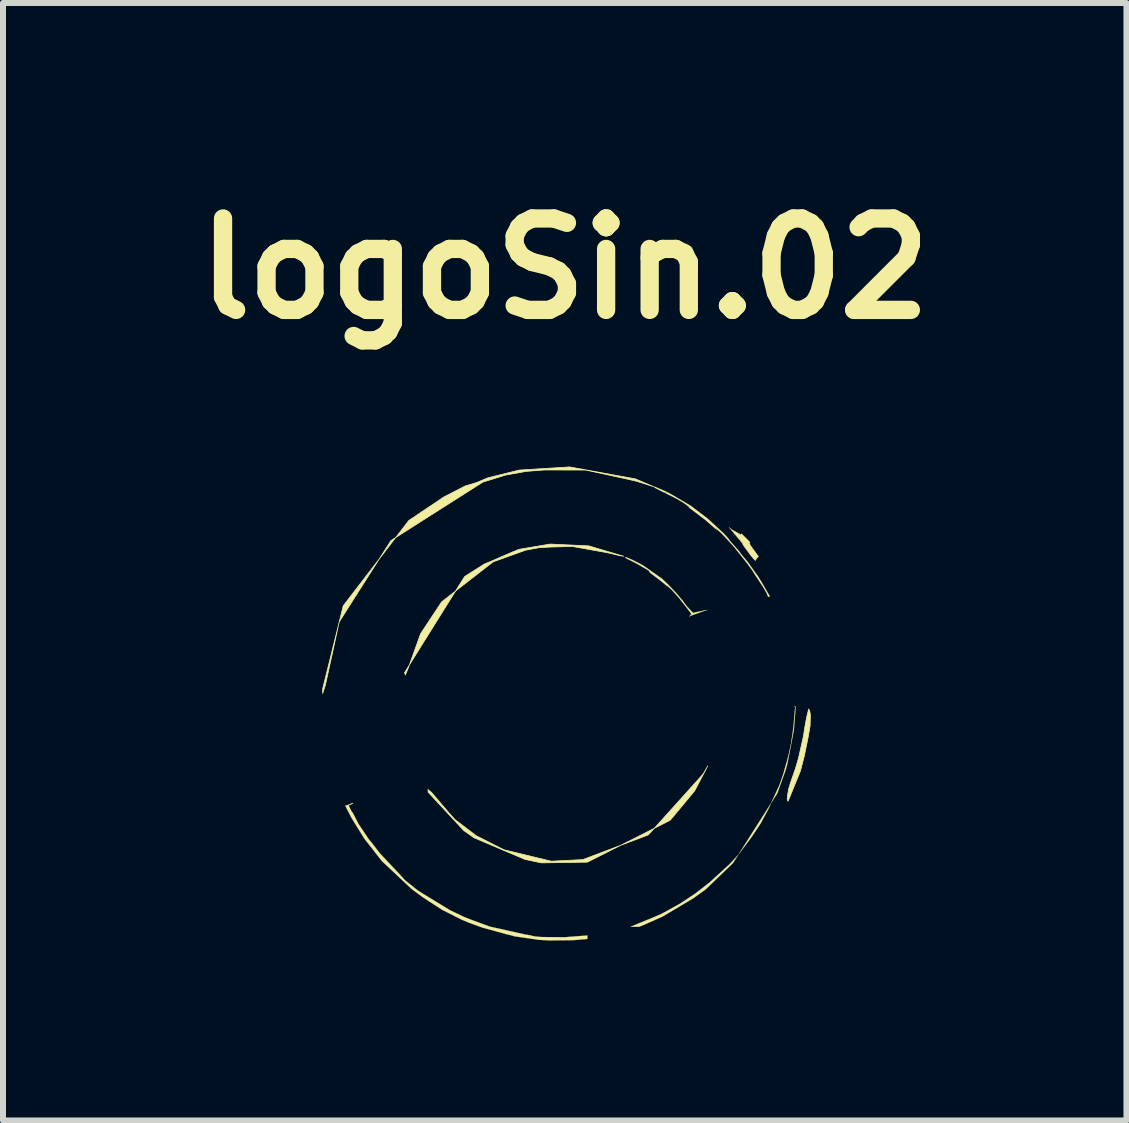
<source format=kicad_pcb>
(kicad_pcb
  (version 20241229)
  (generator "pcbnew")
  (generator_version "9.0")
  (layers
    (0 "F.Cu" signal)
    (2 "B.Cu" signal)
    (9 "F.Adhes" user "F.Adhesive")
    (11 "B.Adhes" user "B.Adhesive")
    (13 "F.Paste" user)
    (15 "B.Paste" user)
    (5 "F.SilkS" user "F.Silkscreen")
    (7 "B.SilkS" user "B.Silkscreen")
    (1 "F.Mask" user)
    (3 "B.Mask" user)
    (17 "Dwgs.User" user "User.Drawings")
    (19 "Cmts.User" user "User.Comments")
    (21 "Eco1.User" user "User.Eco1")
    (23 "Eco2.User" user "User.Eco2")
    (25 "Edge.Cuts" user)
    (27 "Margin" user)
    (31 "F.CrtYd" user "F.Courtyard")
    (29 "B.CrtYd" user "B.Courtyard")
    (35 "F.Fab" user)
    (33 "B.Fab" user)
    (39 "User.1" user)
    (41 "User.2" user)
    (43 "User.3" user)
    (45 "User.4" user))
  (footprint "logoSin.02"
    (layer "F.Cu")
    (at 6.365 8.706)
    (property "Reference" "logoSin.02" (at 0 -7.279 0) (layer "F.SilkS") (effects (font (size 1.524 1.524) (thickness 0.305))))
    (attr smd)
    (fp_poly (pts (xy 1.614 -3.566) (xy 1.51 -3.619) (xy 1.492 -3.631) (xy 1.5 -3.638) (xy 1.502 -3.643) (xy 1.65 -3.579) (xy 1.691 -3.562) (xy 1.709 -3.553) (xy 1.675 -3.552) (xy 1.641 -3.551) (xy 1.614 -3.566)) (stroke (width 0.002) (type solid)) (fill yes) (layer "F.SilkS"))
    (fp_poly (pts (xy 3.722 1.603) (xy 3.708 1.567) (xy 3.714 1.505) (xy 3.731 1.4) (xy 3.772 1.268) (xy 3.845 1.058) (xy 3.896 0.885) (xy 3.979 0.517) (xy 3.997 0.394) (xy 4.032 0.203) (xy 4.066 0.063) (xy 4.083 0.093) (xy 4.095 0.161) (xy 4.09 0.345) (xy 4.054 0.553) (xy 3.994 0.845) (xy 3.929 1.096) (xy 3.722 1.603) (xy 3.722 1.603)) (stroke (width 0.012) (type solid)) (fill yes) (layer "F.SilkS"))
    (fp_poly (pts (xy -0.389 2.629) (xy -0.664 2.571) (xy -1.513 2.21) (xy -1.683 2.091) (xy -2.276 1.452) (xy -2.281 1.406) (xy -2.224 1.451) (xy -1.933 1.792) (xy -1.827 1.91) (xy -1.475 2.177) (xy -1.013 2.411) (xy -0.225 2.601) (xy 0.301 2.574) (xy 1.394 2.162) (xy 2.307 1.147) (xy 2.384 1.012) (xy 2.165 1.429) (xy 1.758 1.918) (xy 0.377 2.617) (xy -0.389 2.629) (xy -0.389 2.629)) (stroke (width 0.012) (type solid)) (fill yes) (layer "F.SilkS"))
    (fp_poly (pts (xy -2.67 -0.543) (xy -1.669 -2.145) (xy -1.341 -2.353) (xy -1.224 -2.401) (xy -1.022 -2.489) (xy -0.875 -2.552) (xy -0.763 -2.598) (xy -0.243 -2.686) (xy 0.4 -2.656) (xy 0.985 -2.482) (xy 0.911 -2.494) (xy 0.815 -2.518) (xy 0.688 -2.546) (xy 0.126 -2.646) (xy -0.243 -2.636) (xy -0.432 -2.625) (xy -0.657 -2.583) (xy -0.708 -2.564) (xy -1.194 -2.39) (xy -2.053 -1.722) (xy -2.404 -1.19) (xy -2.605 -0.629) (xy -2.657 -0.502) (xy -2.67 -0.543)) (stroke (width 0.012) (type solid)) (fill yes) (layer "F.SilkS"))
    (fp_poly (pts (xy 3.142 -2.443) (xy 3.096 -2.5) (xy 3.031 -2.588) (xy 2.976 -2.663) (xy 2.966 -2.683) (xy 2.959 -2.701) (xy 2.804 -2.887) (xy 2.736 -2.967) (xy 2.777 -2.932) (xy 2.932 -2.845) (xy 2.946 -2.859) (xy 3.01 -2.797) (xy 3.083 -2.723) (xy 3.092 -2.711) (xy 3.079 -2.713) (xy 3.092 -2.672) (xy 3.153 -2.587) (xy 3.212 -2.506) (xy 3.236 -2.477) (xy 3.226 -2.475) (xy 3.181 -2.419) (xy 3.181 -2.405) (xy 3.142 -2.443) (xy 3.142 -2.443)) (stroke (width 0.004) (type solid)) (fill yes) (layer "F.SilkS"))
    (fp_poly (pts (xy -4.037 -0.269) (xy -3.693 -1.657) (xy -2.599 -3.08) (xy -2.01 -3.475) (xy -1.646 -3.661) (xy -1.637 -3.661) (xy -1.471 -3.711) (xy -1.283 -3.79) (xy -0.757 -3.92) (xy 0.08 -3.972) (xy 1.177 -3.773) (xy 1.495 -3.637) (xy 1.363 -3.681) (xy 1.195 -3.733) (xy 1.055 -3.766) (xy 0.348 -3.92) (xy -0.342 -3.921) (xy -0.646 -3.897) (xy -0.996 -3.834) (xy -1.073 -3.809) (xy -1.365 -3.719) (xy -2.898 -2.744) (xy -3.76 -1.389) (xy -3.99 -0.337) (xy -4.035 -0.196) (xy -4.037 -0.269) (xy -4.037 -0.269)) (stroke (width 0.012) (type solid)) (fill yes) (layer "F.SilkS"))
    (fp_poly (pts (xy 2.092 -1.498) (xy 2.112 -1.518) (xy 2.1 -1.537) (xy 2.061 -1.588) (xy 1.91 -1.781) (xy 1.844 -1.856) (xy 1.777 -1.929) (xy 1.699 -1.997) (xy 1.706 -1.986) (xy 1.591 -2.08) (xy 1.422 -2.208) (xy 1.411 -2.224) (xy 1.402 -2.242) (xy 1.204 -2.358) (xy 1.077 -2.422) (xy 1.028 -2.446) (xy 1.009 -2.462) (xy 1.014 -2.47) (xy 1.06 -2.451) (xy 1.121 -2.425) (xy 1.243 -2.364) (xy 1.32 -2.32) (xy 1.624 -2.106) (xy 1.709 -2.026) (xy 1.864 -1.864) (xy 1.915 -1.801) (xy 1.967 -1.741) (xy 1.995 -1.701) (xy 2.04 -1.642) (xy 2.067 -1.615) (xy 2.105 -1.574) (xy 2.141 -1.536) (xy 2.166 -1.545) (xy 2.375 -1.589) (xy 2.314 -1.568) (xy 2.112 -1.496) (xy 2.076 -1.479) (xy 2.092 -1.498) (xy 2.092 -1.498)) (stroke (width 0.004) (type solid)) (fill yes) (layer "F.SilkS"))
    (fp_poly (pts (xy 1.095 3.693) (xy 1.127 3.681) (xy 1.375 3.579) (xy 1.406 3.568) (xy 1.615 3.478) (xy 1.714 3.424) (xy 1.915 3.312) (xy 1.987 3.265) (xy 2.187 3.132) (xy 2.418 2.951) (xy 2.723 2.673) (xy 2.753 2.645) (xy 2.882 2.506) (xy 2.932 2.441) (xy 3.077 2.249) (xy 3.125 2.183) (xy 3.269 1.965) (xy 3.394 1.733) (xy 3.581 1.327) (xy 3.642 1.15) (xy 3.706 0.923) (xy 3.736 0.808) (xy 3.771 0.646) (xy 3.802 0.44) (xy 3.815 0.327) (xy 3.839 0.053) (xy 3.841 0.026) (xy 3.831 0.026) (xy 3.821 0.025) (xy 3.829 0.023) (xy 3.846 0.021) (xy 3.848 0.023) (xy 3.843 0.121) (xy 3.819 0.419) (xy 3.711 0.976) (xy 3.68 1.09) (xy 3.543 1.47) (xy 2.805 2.632) (xy 2.349 3.071) (xy 2.138 3.222) (xy 1.63 3.524) (xy 1.292 3.674) (xy 1.237 3.695) (xy 1.165 3.695) (xy 1.095 3.693) (xy 1.095 3.693)) (stroke (width 0.003) (type solid)) (fill yes) (layer "F.SilkS"))
    (fp_poly (pts (xy 3.381 -1.826) (xy 3.365 -1.868) (xy 3.312 -1.96) (xy 3.241 -2.069) (xy 3.199 -2.132) (xy 3.185 -2.151) (xy 3.123 -2.251) (xy 3.03 -2.376) (xy 2.967 -2.455) (xy 2.909 -2.529) (xy 2.815 -2.645) (xy 2.679 -2.793) (xy 2.612 -2.864) (xy 2.5 -2.965) (xy 2.518 -2.944) (xy 2.535 -2.92) (xy 2.478 -2.97) (xy 2.394 -3.043) (xy 2.347 -3.084) (xy 2.109 -3.265) (xy 2.064 -3.297) (xy 2.072 -3.298) (xy 2.082 -3.298) (xy 1.972 -3.378) (xy 1.857 -3.445) (xy 1.731 -3.508) (xy 1.661 -3.543) (xy 1.644 -3.55) (xy 1.679 -3.55) (xy 1.714 -3.55) (xy 1.764 -3.523) (xy 1.827 -3.487) (xy 1.91 -3.438) (xy 2.102 -3.324) (xy 2.383 -3.111) (xy 2.481 -3.021) (xy 2.651 -2.864) (xy 2.709 -2.801) (xy 2.745 -2.757) (xy 2.743 -2.753) (xy 2.777 -2.714) (xy 2.897 -2.579) (xy 2.922 -2.545) (xy 2.979 -2.472) (xy 3.048 -2.392) (xy 3.222 -2.148) (xy 3.276 -2.062) (xy 3.409 -1.832) (xy 3.42 -1.811) (xy 3.413 -1.81) (xy 3.398 -1.807) (xy 3.39 -1.806) (xy 3.381 -1.826)) (stroke (width 0.002) (type solid)) (fill yes) (layer "F.SilkS"))
    (fp_poly (pts (xy -0.247 3.922) (xy -0.431 3.912) (xy -0.832 3.854) (xy -0.889 3.838) (xy -0.972 3.818) (xy -1.373 3.708) (xy -1.593 3.628) (xy -1.716 3.577) (xy -2.041 3.413) (xy -2.358 3.208) (xy -2.554 3.063) (xy -3.049 2.599) (xy -3.34 2.226) (xy -3.502 1.966) (xy -3.561 1.867) (xy -3.591 1.81) (xy -3.629 1.734) (xy -3.661 1.674) (xy -3.639 1.672) (xy -3.544 1.633) (xy -3.53 1.629) (xy -3.539 1.645) (xy -3.591 1.667) (xy -3.603 1.674) (xy -3.558 1.764) (xy -3.535 1.795) (xy -3.524 1.814) (xy -3.438 1.981) (xy -3.265 2.238) (xy -3.227 2.282) (xy -3.182 2.34) (xy -3.124 2.415) (xy -3.078 2.474) (xy -2.855 2.711) (xy -2.741 2.832) (xy -2.659 2.922) (xy -2.458 3.083) (xy -2.359 3.146) (xy -1.911 3.419) (xy -1.684 3.528) (xy -1.549 3.581) (xy -1.251 3.691) (xy -0.669 3.821) (xy -0.555 3.84) (xy -0.55 3.845) (xy -0.489 3.856) (xy -0.387 3.865) (xy 0.007 3.868) (xy 0.074 3.862) (xy 0.368 3.84) (xy 0.378 3.838) (xy 0.378 3.868) (xy 0.377 3.897) (xy 0.336 3.901) (xy 0.231 3.91) (xy 0.136 3.918) (xy -0.247 3.922) (xy -0.247 3.922)) (stroke (width 0.003) (type solid)) (fill yes) (layer "F.SilkS")))
  (gr_rect
    (start -3 -3)
    (end 15.729 15.629)
    (stroke (width 0.1) (type default))
    (fill no)
    (layer "Edge.Cuts")))
</source>
